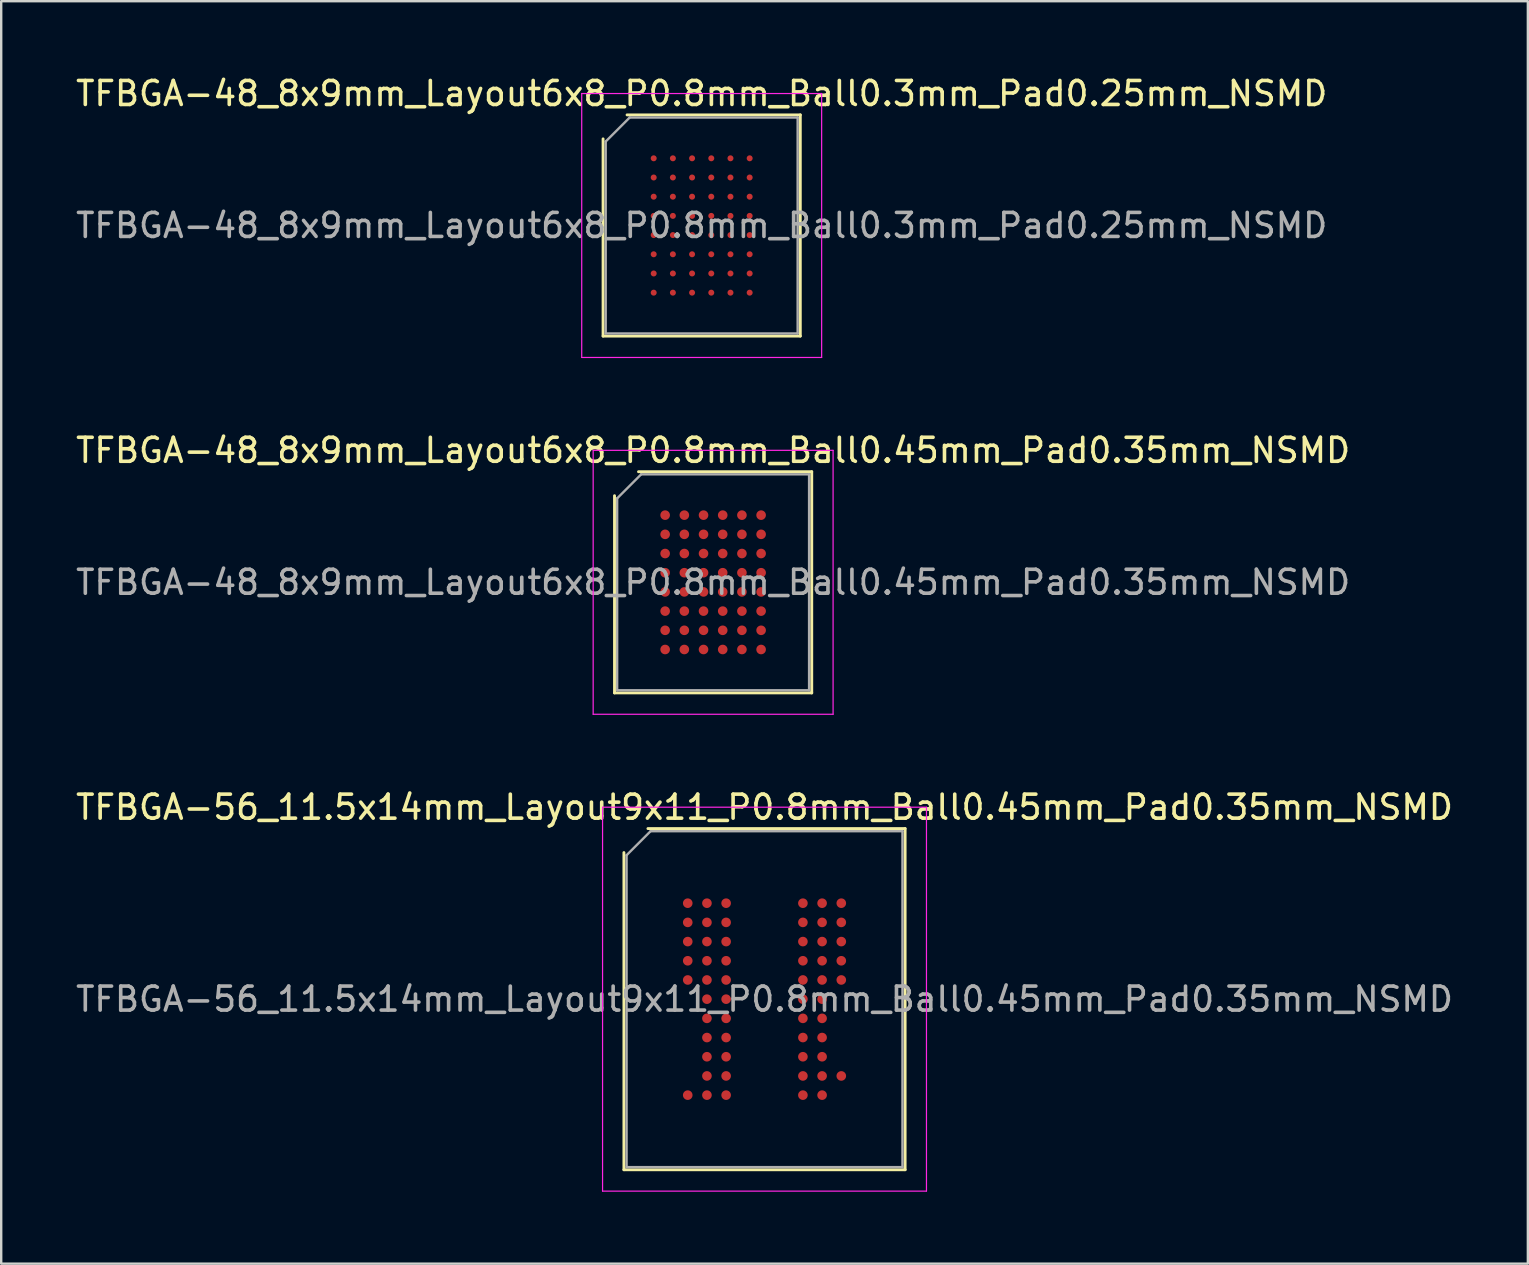
<source format=kicad_pcb>
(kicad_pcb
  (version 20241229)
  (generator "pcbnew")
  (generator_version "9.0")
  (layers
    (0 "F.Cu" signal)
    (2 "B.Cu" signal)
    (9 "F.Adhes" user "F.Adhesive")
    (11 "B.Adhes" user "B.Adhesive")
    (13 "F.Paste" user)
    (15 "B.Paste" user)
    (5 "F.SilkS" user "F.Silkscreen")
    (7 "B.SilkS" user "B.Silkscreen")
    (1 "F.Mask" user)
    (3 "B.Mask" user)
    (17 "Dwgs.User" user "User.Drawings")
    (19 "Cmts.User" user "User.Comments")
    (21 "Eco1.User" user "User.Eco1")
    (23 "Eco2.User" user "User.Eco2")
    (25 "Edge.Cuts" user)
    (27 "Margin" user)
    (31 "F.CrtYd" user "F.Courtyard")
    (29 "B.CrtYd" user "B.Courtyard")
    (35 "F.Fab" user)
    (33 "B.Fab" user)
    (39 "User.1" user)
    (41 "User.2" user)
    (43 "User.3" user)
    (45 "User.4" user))
  (footprint "TFBGA-48_8x9mm_Layout6x8_P0.8mm_Ball0.3mm_Pad0.25mm_NSMD"
    (layer "F.Cu")
    (at 26.196 6.348)
    (property "Reference" "TFBGA-48_8x9mm_Layout6x8_P0.8mm_Ball0.3mm_Pad0.25mm_NSMD" (at 0 -5.5 0) (layer "F.SilkS") (effects (font (size 1 1) (thickness 0.15))))
    (attr smd)
    (fp_line (start -4.11 4.61) (end -4.11 -3.61) (stroke (width 0.12) (type solid)) (layer "F.SilkS"))
    (fp_line (start -3.11 -4.61) (end 4.11 -4.61) (stroke (width 0.12) (type solid)) (layer "F.SilkS"))
    (fp_line (start 4.11 -4.61) (end 4.11 4.61) (stroke (width 0.12) (type solid)) (layer "F.SilkS"))
    (fp_line (start 4.11 4.61) (end -4.11 4.61) (stroke (width 0.12) (type solid)) (layer "F.SilkS"))
    (fp_line (start -5 -5.5) (end -5 5.5) (stroke (width 0.05) (type solid)) (layer "F.CrtYd"))
    (fp_line (start -5 5.5) (end 5 5.5) (stroke (width 0.05) (type solid)) (layer "F.CrtYd"))
    (fp_line (start 5 -5.5) (end -5 -5.5) (stroke (width 0.05) (type solid)) (layer "F.CrtYd"))
    (fp_line (start 5 5.5) (end 5 -5.5) (stroke (width 0.05) (type solid)) (layer "F.CrtYd"))
    (fp_line (start -4 -3.5) (end -3 -4.5) (stroke (width 0.1) (type solid)) (layer "F.Fab"))
    (fp_line (start -4 4.5) (end -4 -3.5) (stroke (width 0.1) (type solid)) (layer "F.Fab"))
    (fp_line (start -3 -4.5) (end 4 -4.5) (stroke (width 0.1) (type solid)) (layer "F.Fab"))
    (fp_line (start 4 -4.5) (end 4 4.5) (stroke (width 0.1) (type solid)) (layer "F.Fab"))
    (fp_line (start 4 4.5) (end -4 4.5) (stroke (width 0.1) (type solid)) (layer "F.Fab"))
    (fp_text user "${REFERENCE}" (at 0 0 0) (layer "F.Fab") (effects (font (size 1 1) (thickness 0.15))))
    (pad "A1" smd circle (at -2 -2.8) (size 0.25 0.25) (layers "F.Cu" "F.Mask" "F.Paste"))
    (pad "A2" smd circle (at -1.2 -2.8) (size 0.25 0.25) (layers "F.Cu" "F.Mask" "F.Paste"))
    (pad "A3" smd circle (at -0.4 -2.8) (size 0.25 0.25) (layers "F.Cu" "F.Mask" "F.Paste"))
    (pad "A4" smd circle (at 0.4 -2.8) (size 0.25 0.25) (layers "F.Cu" "F.Mask" "F.Paste"))
    (pad "A5" smd circle (at 1.2 -2.8) (size 0.25 0.25) (layers "F.Cu" "F.Mask" "F.Paste"))
    (pad "A6" smd circle (at 2 -2.8) (size 0.25 0.25) (layers "F.Cu" "F.Mask" "F.Paste"))
    (pad "B1" smd circle (at -2 -2) (size 0.25 0.25) (layers "F.Cu" "F.Mask" "F.Paste"))
    (pad "B2" smd circle (at -1.2 -2) (size 0.25 0.25) (layers "F.Cu" "F.Mask" "F.Paste"))
    (pad "B3" smd circle (at -0.4 -2) (size 0.25 0.25) (layers "F.Cu" "F.Mask" "F.Paste"))
    (pad "B4" smd circle (at 0.4 -2) (size 0.25 0.25) (layers "F.Cu" "F.Mask" "F.Paste"))
    (pad "B5" smd circle (at 1.2 -2) (size 0.25 0.25) (layers "F.Cu" "F.Mask" "F.Paste"))
    (pad "B6" smd circle (at 2 -2) (size 0.25 0.25) (layers "F.Cu" "F.Mask" "F.Paste"))
    (pad "C1" smd circle (at -2 -1.2) (size 0.25 0.25) (layers "F.Cu" "F.Mask" "F.Paste"))
    (pad "C2" smd circle (at -1.2 -1.2) (size 0.25 0.25) (layers "F.Cu" "F.Mask" "F.Paste"))
    (pad "C3" smd circle (at -0.4 -1.2) (size 0.25 0.25) (layers "F.Cu" "F.Mask" "F.Paste"))
    (pad "C4" smd circle (at 0.4 -1.2) (size 0.25 0.25) (layers "F.Cu" "F.Mask" "F.Paste"))
    (pad "C5" smd circle (at 1.2 -1.2) (size 0.25 0.25) (layers "F.Cu" "F.Mask" "F.Paste"))
    (pad "C6" smd circle (at 2 -1.2) (size 0.25 0.25) (layers "F.Cu" "F.Mask" "F.Paste"))
    (pad "D1" smd circle (at -2 -0.4) (size 0.25 0.25) (layers "F.Cu" "F.Mask" "F.Paste"))
    (pad "D2" smd circle (at -1.2 -0.4) (size 0.25 0.25) (layers "F.Cu" "F.Mask" "F.Paste"))
    (pad "D3" smd circle (at -0.4 -0.4) (size 0.25 0.25) (layers "F.Cu" "F.Mask" "F.Paste"))
    (pad "D4" smd circle (at 0.4 -0.4) (size 0.25 0.25) (layers "F.Cu" "F.Mask" "F.Paste"))
    (pad "D5" smd circle (at 1.2 -0.4) (size 0.25 0.25) (layers "F.Cu" "F.Mask" "F.Paste"))
    (pad "D6" smd circle (at 2 -0.4) (size 0.25 0.25) (layers "F.Cu" "F.Mask" "F.Paste"))
    (pad "E1" smd circle (at -2 0.4) (size 0.25 0.25) (layers "F.Cu" "F.Mask" "F.Paste"))
    (pad "E2" smd circle (at -1.2 0.4) (size 0.25 0.25) (layers "F.Cu" "F.Mask" "F.Paste"))
    (pad "E3" smd circle (at -0.4 0.4) (size 0.25 0.25) (layers "F.Cu" "F.Mask" "F.Paste"))
    (pad "E4" smd circle (at 0.4 0.4) (size 0.25 0.25) (layers "F.Cu" "F.Mask" "F.Paste"))
    (pad "E5" smd circle (at 1.2 0.4) (size 0.25 0.25) (layers "F.Cu" "F.Mask" "F.Paste"))
    (pad "E6" smd circle (at 2 0.4) (size 0.25 0.25) (layers "F.Cu" "F.Mask" "F.Paste"))
    (pad "F1" smd circle (at -2 1.2) (size 0.25 0.25) (layers "F.Cu" "F.Mask" "F.Paste"))
    (pad "F2" smd circle (at -1.2 1.2) (size 0.25 0.25) (layers "F.Cu" "F.Mask" "F.Paste"))
    (pad "F3" smd circle (at -0.4 1.2) (size 0.25 0.25) (layers "F.Cu" "F.Mask" "F.Paste"))
    (pad "F4" smd circle (at 0.4 1.2) (size 0.25 0.25) (layers "F.Cu" "F.Mask" "F.Paste"))
    (pad "F5" smd circle (at 1.2 1.2) (size 0.25 0.25) (layers "F.Cu" "F.Mask" "F.Paste"))
    (pad "F6" smd circle (at 2 1.2) (size 0.25 0.25) (layers "F.Cu" "F.Mask" "F.Paste"))
    (pad "G1" smd circle (at -2 2) (size 0.25 0.25) (layers "F.Cu" "F.Mask" "F.Paste"))
    (pad "G2" smd circle (at -1.2 2) (size 0.25 0.25) (layers "F.Cu" "F.Mask" "F.Paste"))
    (pad "G3" smd circle (at -0.4 2) (size 0.25 0.25) (layers "F.Cu" "F.Mask" "F.Paste"))
    (pad "G4" smd circle (at 0.4 2) (size 0.25 0.25) (layers "F.Cu" "F.Mask" "F.Paste"))
    (pad "G5" smd circle (at 1.2 2) (size 0.25 0.25) (layers "F.Cu" "F.Mask" "F.Paste"))
    (pad "G6" smd circle (at 2 2) (size 0.25 0.25) (layers "F.Cu" "F.Mask" "F.Paste"))
    (pad "H1" smd circle (at -2 2.8) (size 0.25 0.25) (layers "F.Cu" "F.Mask" "F.Paste"))
    (pad "H2" smd circle (at -1.2 2.8) (size 0.25 0.25) (layers "F.Cu" "F.Mask" "F.Paste"))
    (pad "H3" smd circle (at -0.4 2.8) (size 0.25 0.25) (layers "F.Cu" "F.Mask" "F.Paste"))
    (pad "H4" smd circle (at 0.4 2.8) (size 0.25 0.25) (layers "F.Cu" "F.Mask" "F.Paste"))
    (pad "H5" smd circle (at 1.2 2.8) (size 0.25 0.25) (layers "F.Cu" "F.Mask" "F.Paste"))
    (pad "H6" smd circle (at 2 2.8) (size 0.25 0.25) (layers "F.Cu" "F.Mask" "F.Paste")))
  (footprint "TFBGA-48_8x9mm_Layout6x8_P0.8mm_Ball0.45mm_Pad0.35mm_NSMD"
    (layer "F.Cu")
    (at 26.673 21.221)
    (property "Reference" "TFBGA-48_8x9mm_Layout6x8_P0.8mm_Ball0.45mm_Pad0.35mm_NSMD" (at 0 -5.5 0) (layer "F.SilkS") (effects (font (size 1 1) (thickness 0.15))))
    (attr smd)
    (fp_line (start -4.11 4.61) (end -4.11 -3.61) (stroke (width 0.12) (type solid)) (layer "F.SilkS"))
    (fp_line (start -3.11 -4.61) (end 4.11 -4.61) (stroke (width 0.12) (type solid)) (layer "F.SilkS"))
    (fp_line (start 4.11 -4.61) (end 4.11 4.61) (stroke (width 0.12) (type solid)) (layer "F.SilkS"))
    (fp_line (start 4.11 4.61) (end -4.11 4.61) (stroke (width 0.12) (type solid)) (layer "F.SilkS"))
    (fp_line (start -5 -5.5) (end -5 5.5) (stroke (width 0.05) (type solid)) (layer "F.CrtYd"))
    (fp_line (start -5 5.5) (end 5 5.5) (stroke (width 0.05) (type solid)) (layer "F.CrtYd"))
    (fp_line (start 5 -5.5) (end -5 -5.5) (stroke (width 0.05) (type solid)) (layer "F.CrtYd"))
    (fp_line (start 5 5.5) (end 5 -5.5) (stroke (width 0.05) (type solid)) (layer "F.CrtYd"))
    (fp_line (start -4 -3.5) (end -3 -4.5) (stroke (width 0.1) (type solid)) (layer "F.Fab"))
    (fp_line (start -4 4.5) (end -4 -3.5) (stroke (width 0.1) (type solid)) (layer "F.Fab"))
    (fp_line (start -3 -4.5) (end 4 -4.5) (stroke (width 0.1) (type solid)) (layer "F.Fab"))
    (fp_line (start 4 -4.5) (end 4 4.5) (stroke (width 0.1) (type solid)) (layer "F.Fab"))
    (fp_line (start 4 4.5) (end -4 4.5) (stroke (width 0.1) (type solid)) (layer "F.Fab"))
    (fp_text user "${REFERENCE}" (at 0 0 0) (layer "F.Fab") (effects (font (size 1 1) (thickness 0.15))))
    (pad "A1" smd circle (at -2 -2.8) (size 0.4 0.4) (layers "F.Cu" "F.Mask" "F.Paste"))
    (pad "A2" smd circle (at -1.2 -2.8) (size 0.4 0.4) (layers "F.Cu" "F.Mask" "F.Paste"))
    (pad "A3" smd circle (at -0.4 -2.8) (size 0.4 0.4) (layers "F.Cu" "F.Mask" "F.Paste"))
    (pad "A4" smd circle (at 0.4 -2.8) (size 0.4 0.4) (layers "F.Cu" "F.Mask" "F.Paste"))
    (pad "A5" smd circle (at 1.2 -2.8) (size 0.4 0.4) (layers "F.Cu" "F.Mask" "F.Paste"))
    (pad "A6" smd circle (at 2 -2.8) (size 0.4 0.4) (layers "F.Cu" "F.Mask" "F.Paste"))
    (pad "B1" smd circle (at -2 -2) (size 0.4 0.4) (layers "F.Cu" "F.Mask" "F.Paste"))
    (pad "B2" smd circle (at -1.2 -2) (size 0.4 0.4) (layers "F.Cu" "F.Mask" "F.Paste"))
    (pad "B3" smd circle (at -0.4 -2) (size 0.4 0.4) (layers "F.Cu" "F.Mask" "F.Paste"))
    (pad "B4" smd circle (at 0.4 -2) (size 0.4 0.4) (layers "F.Cu" "F.Mask" "F.Paste"))
    (pad "B5" smd circle (at 1.2 -2) (size 0.4 0.4) (layers "F.Cu" "F.Mask" "F.Paste"))
    (pad "B6" smd circle (at 2 -2) (size 0.4 0.4) (layers "F.Cu" "F.Mask" "F.Paste"))
    (pad "C1" smd circle (at -2 -1.2) (size 0.4 0.4) (layers "F.Cu" "F.Mask" "F.Paste"))
    (pad "C2" smd circle (at -1.2 -1.2) (size 0.4 0.4) (layers "F.Cu" "F.Mask" "F.Paste"))
    (pad "C3" smd circle (at -0.4 -1.2) (size 0.4 0.4) (layers "F.Cu" "F.Mask" "F.Paste"))
    (pad "C4" smd circle (at 0.4 -1.2) (size 0.4 0.4) (layers "F.Cu" "F.Mask" "F.Paste"))
    (pad "C5" smd circle (at 1.2 -1.2) (size 0.4 0.4) (layers "F.Cu" "F.Mask" "F.Paste"))
    (pad "C6" smd circle (at 2 -1.2) (size 0.4 0.4) (layers "F.Cu" "F.Mask" "F.Paste"))
    (pad "D1" smd circle (at -2 -0.4) (size 0.4 0.4) (layers "F.Cu" "F.Mask" "F.Paste"))
    (pad "D2" smd circle (at -1.2 -0.4) (size 0.4 0.4) (layers "F.Cu" "F.Mask" "F.Paste"))
    (pad "D3" smd circle (at -0.4 -0.4) (size 0.4 0.4) (layers "F.Cu" "F.Mask" "F.Paste"))
    (pad "D4" smd circle (at 0.4 -0.4) (size 0.4 0.4) (layers "F.Cu" "F.Mask" "F.Paste"))
    (pad "D5" smd circle (at 1.2 -0.4) (size 0.4 0.4) (layers "F.Cu" "F.Mask" "F.Paste"))
    (pad "D6" smd circle (at 2 -0.4) (size 0.4 0.4) (layers "F.Cu" "F.Mask" "F.Paste"))
    (pad "E1" smd circle (at -2 0.4) (size 0.4 0.4) (layers "F.Cu" "F.Mask" "F.Paste"))
    (pad "E2" smd circle (at -1.2 0.4) (size 0.4 0.4) (layers "F.Cu" "F.Mask" "F.Paste"))
    (pad "E3" smd circle (at -0.4 0.4) (size 0.4 0.4) (layers "F.Cu" "F.Mask" "F.Paste"))
    (pad "E4" smd circle (at 0.4 0.4) (size 0.4 0.4) (layers "F.Cu" "F.Mask" "F.Paste"))
    (pad "E5" smd circle (at 1.2 0.4) (size 0.4 0.4) (layers "F.Cu" "F.Mask" "F.Paste"))
    (pad "E6" smd circle (at 2 0.4) (size 0.4 0.4) (layers "F.Cu" "F.Mask" "F.Paste"))
    (pad "F1" smd circle (at -2 1.2) (size 0.4 0.4) (layers "F.Cu" "F.Mask" "F.Paste"))
    (pad "F2" smd circle (at -1.2 1.2) (size 0.4 0.4) (layers "F.Cu" "F.Mask" "F.Paste"))
    (pad "F3" smd circle (at -0.4 1.2) (size 0.4 0.4) (layers "F.Cu" "F.Mask" "F.Paste"))
    (pad "F4" smd circle (at 0.4 1.2) (size 0.4 0.4) (layers "F.Cu" "F.Mask" "F.Paste"))
    (pad "F5" smd circle (at 1.2 1.2) (size 0.4 0.4) (layers "F.Cu" "F.Mask" "F.Paste"))
    (pad "F6" smd circle (at 2 1.2) (size 0.4 0.4) (layers "F.Cu" "F.Mask" "F.Paste"))
    (pad "G1" smd circle (at -2 2) (size 0.4 0.4) (layers "F.Cu" "F.Mask" "F.Paste"))
    (pad "G2" smd circle (at -1.2 2) (size 0.4 0.4) (layers "F.Cu" "F.Mask" "F.Paste"))
    (pad "G3" smd circle (at -0.4 2) (size 0.4 0.4) (layers "F.Cu" "F.Mask" "F.Paste"))
    (pad "G4" smd circle (at 0.4 2) (size 0.4 0.4) (layers "F.Cu" "F.Mask" "F.Paste"))
    (pad "G5" smd circle (at 1.2 2) (size 0.4 0.4) (layers "F.Cu" "F.Mask" "F.Paste"))
    (pad "G6" smd circle (at 2 2) (size 0.4 0.4) (layers "F.Cu" "F.Mask" "F.Paste"))
    (pad "H1" smd circle (at -2 2.8) (size 0.4 0.4) (layers "F.Cu" "F.Mask" "F.Paste"))
    (pad "H2" smd circle (at -1.2 2.8) (size 0.4 0.4) (layers "F.Cu" "F.Mask" "F.Paste"))
    (pad "H3" smd circle (at -0.4 2.8) (size 0.4 0.4) (layers "F.Cu" "F.Mask" "F.Paste"))
    (pad "H4" smd circle (at 0.4 2.8) (size 0.4 0.4) (layers "F.Cu" "F.Mask" "F.Paste"))
    (pad "H5" smd circle (at 1.2 2.8) (size 0.4 0.4) (layers "F.Cu" "F.Mask" "F.Paste"))
    (pad "H6" smd circle (at 2 2.8) (size 0.4 0.4) (layers "F.Cu" "F.Mask" "F.Paste")))
  (footprint "TFBGA-56_11.5x14mm_Layout9x11_P0.8mm_Ball0.45mm_Pad0.35mm_NSMD"
    (layer "F.Cu")
    (at 28.815 38.595)
    (property "Reference" "TFBGA-56_11.5x14mm_Layout9x11_P0.8mm_Ball0.45mm_Pad0.35mm_NSMD" (at 0 -8 0) (layer "F.SilkS") (effects (font (size 1 1) (thickness 0.15))))
    (attr smd)
    (fp_line (start -5.86 7.11) (end -5.86 -6.11) (stroke (width 0.12) (type solid)) (layer "F.SilkS"))
    (fp_line (start -4.86 -7.11) (end 5.86 -7.11) (stroke (width 0.12) (type solid)) (layer "F.SilkS"))
    (fp_line (start 5.86 -7.11) (end 5.86 7.11) (stroke (width 0.12) (type solid)) (layer "F.SilkS"))
    (fp_line (start 5.86 7.11) (end -5.86 7.11) (stroke (width 0.12) (type solid)) (layer "F.SilkS"))
    (fp_line (start -6.75 -8) (end -6.75 8) (stroke (width 0.05) (type solid)) (layer "F.CrtYd"))
    (fp_line (start -6.75 8) (end 6.75 8) (stroke (width 0.05) (type solid)) (layer "F.CrtYd"))
    (fp_line (start 6.75 -8) (end -6.75 -8) (stroke (width 0.05) (type solid)) (layer "F.CrtYd"))
    (fp_line (start 6.75 8) (end 6.75 -8) (stroke (width 0.05) (type solid)) (layer "F.CrtYd"))
    (fp_line (start -5.75 -6) (end -4.75 -7) (stroke (width 0.1) (type solid)) (layer "F.Fab"))
    (fp_line (start -5.75 7) (end -5.75 -6) (stroke (width 0.1) (type solid)) (layer "F.Fab"))
    (fp_line (start -4.75 -7) (end 5.75 -7) (stroke (width 0.1) (type solid)) (layer "F.Fab"))
    (fp_line (start 5.75 -7) (end 5.75 7) (stroke (width 0.1) (type solid)) (layer "F.Fab"))
    (fp_line (start 5.75 7) (end -5.75 7) (stroke (width 0.1) (type solid)) (layer "F.Fab"))
    (fp_text user "${REFERENCE}" (at 0 0 0) (layer "F.Fab") (effects (font (size 1 1) (thickness 0.15))))
    (pad "A1" smd circle (at -3.2 -4) (size 0.4 0.4) (layers "F.Cu" "F.Mask" "F.Paste"))
    (pad "A2" smd circle (at -2.4 -4) (size 0.4 0.4) (layers "F.Cu" "F.Mask" "F.Paste"))
    (pad "A3" smd circle (at -1.6 -4) (size 0.4 0.4) (layers "F.Cu" "F.Mask" "F.Paste"))
    (pad "A7" smd circle (at 1.6 -4) (size 0.4 0.4) (layers "F.Cu" "F.Mask" "F.Paste"))
    (pad "A8" smd circle (at 2.4 -4) (size 0.4 0.4) (layers "F.Cu" "F.Mask" "F.Paste"))
    (pad "A9" smd circle (at 3.2 -4) (size 0.4 0.4) (layers "F.Cu" "F.Mask" "F.Paste"))
    (pad "B1" smd circle (at -3.2 -3.2) (size 0.4 0.4) (layers "F.Cu" "F.Mask" "F.Paste"))
    (pad "B2" smd circle (at -2.4 -3.2) (size 0.4 0.4) (layers "F.Cu" "F.Mask" "F.Paste"))
    (pad "B3" smd circle (at -1.6 -3.2) (size 0.4 0.4) (layers "F.Cu" "F.Mask" "F.Paste"))
    (pad "B7" smd circle (at 1.6 -3.2) (size 0.4 0.4) (layers "F.Cu" "F.Mask" "F.Paste"))
    (pad "B8" smd circle (at 2.4 -3.2) (size 0.4 0.4) (layers "F.Cu" "F.Mask" "F.Paste"))
    (pad "B9" smd circle (at 3.2 -3.2) (size 0.4 0.4) (layers "F.Cu" "F.Mask" "F.Paste"))
    (pad "C1" smd circle (at -3.2 -2.4) (size 0.4 0.4) (layers "F.Cu" "F.Mask" "F.Paste"))
    (pad "C2" smd circle (at -2.4 -2.4) (size 0.4 0.4) (layers "F.Cu" "F.Mask" "F.Paste"))
    (pad "C3" smd circle (at -1.6 -2.4) (size 0.4 0.4) (layers "F.Cu" "F.Mask" "F.Paste"))
    (pad "C7" smd circle (at 1.6 -2.4) (size 0.4 0.4) (layers "F.Cu" "F.Mask" "F.Paste"))
    (pad "C8" smd circle (at 2.4 -2.4) (size 0.4 0.4) (layers "F.Cu" "F.Mask" "F.Paste"))
    (pad "C9" smd circle (at 3.2 -2.4) (size 0.4 0.4) (layers "F.Cu" "F.Mask" "F.Paste"))
    (pad "D1" smd circle (at -3.2 -1.6) (size 0.4 0.4) (layers "F.Cu" "F.Mask" "F.Paste"))
    (pad "D2" smd circle (at -2.4 -1.6) (size 0.4 0.4) (layers "F.Cu" "F.Mask" "F.Paste"))
    (pad "D3" smd circle (at -1.6 -1.6) (size 0.4 0.4) (layers "F.Cu" "F.Mask" "F.Paste"))
    (pad "D7" smd circle (at 1.6 -1.6) (size 0.4 0.4) (layers "F.Cu" "F.Mask" "F.Paste"))
    (pad "D8" smd circle (at 2.4 -1.6) (size 0.4 0.4) (layers "F.Cu" "F.Mask" "F.Paste"))
    (pad "D9" smd circle (at 3.2 -1.6) (size 0.4 0.4) (layers "F.Cu" "F.Mask" "F.Paste"))
    (pad "E1" smd circle (at -3.2 -0.8) (size 0.4 0.4) (layers "F.Cu" "F.Mask" "F.Paste"))
    (pad "E2" smd circle (at -2.4 -0.8) (size 0.4 0.4) (layers "F.Cu" "F.Mask" "F.Paste"))
    (pad "E3" smd circle (at -1.6 -0.8) (size 0.4 0.4) (layers "F.Cu" "F.Mask" "F.Paste"))
    (pad "E7" smd circle (at 1.6 -0.8) (size 0.4 0.4) (layers "F.Cu" "F.Mask" "F.Paste"))
    (pad "E8" smd circle (at 2.4 -0.8) (size 0.4 0.4) (layers "F.Cu" "F.Mask" "F.Paste"))
    (pad "E9" smd circle (at 3.2 -0.8) (size 0.4 0.4) (layers "F.Cu" "F.Mask" "F.Paste"))
    (pad "F2" smd circle (at -2.4 0) (size 0.4 0.4) (layers "F.Cu" "F.Mask" "F.Paste"))
    (pad "F3" smd circle (at -1.6 0) (size 0.4 0.4) (layers "F.Cu" "F.Mask" "F.Paste"))
    (pad "F7" smd circle (at 1.6 0) (size 0.4 0.4) (layers "F.Cu" "F.Mask" "F.Paste"))
    (pad "F8" smd circle (at 2.4 0) (size 0.4 0.4) (layers "F.Cu" "F.Mask" "F.Paste"))
    (pad "G2" smd circle (at -2.4 0.8) (size 0.4 0.4) (layers "F.Cu" "F.Mask" "F.Paste"))
    (pad "G3" smd circle (at -1.6 0.8) (size 0.4 0.4) (layers "F.Cu" "F.Mask" "F.Paste"))
    (pad "G7" smd circle (at 1.6 0.8) (size 0.4 0.4) (layers "F.Cu" "F.Mask" "F.Paste"))
    (pad "G8" smd circle (at 2.4 0.8) (size 0.4 0.4) (layers "F.Cu" "F.Mask" "F.Paste"))
    (pad "H2" smd circle (at -2.4 1.6) (size 0.4 0.4) (layers "F.Cu" "F.Mask" "F.Paste"))
    (pad "H3" smd circle (at -1.6 1.6) (size 0.4 0.4) (layers "F.Cu" "F.Mask" "F.Paste"))
    (pad "H7" smd circle (at 1.6 1.6) (size 0.4 0.4) (layers "F.Cu" "F.Mask" "F.Paste"))
    (pad "H8" smd circle (at 2.4 1.6) (size 0.4 0.4) (layers "F.Cu" "F.Mask" "F.Paste"))
    (pad "J2" smd circle (at -2.4 2.4) (size 0.4 0.4) (layers "F.Cu" "F.Mask" "F.Paste"))
    (pad "J3" smd circle (at -1.6 2.4) (size 0.4 0.4) (layers "F.Cu" "F.Mask" "F.Paste"))
    (pad "J7" smd circle (at 1.6 2.4) (size 0.4 0.4) (layers "F.Cu" "F.Mask" "F.Paste"))
    (pad "J8" smd circle (at 2.4 2.4) (size 0.4 0.4) (layers "F.Cu" "F.Mask" "F.Paste"))
    (pad "K2" smd circle (at -2.4 3.2) (size 0.4 0.4) (layers "F.Cu" "F.Mask" "F.Paste"))
    (pad "K3" smd circle (at -1.6 3.2) (size 0.4 0.4) (layers "F.Cu" "F.Mask" "F.Paste"))
    (pad "K7" smd circle (at 1.6 3.2) (size 0.4 0.4) (layers "F.Cu" "F.Mask" "F.Paste"))
    (pad "K8" smd circle (at 2.4 3.2) (size 0.4 0.4) (layers "F.Cu" "F.Mask" "F.Paste"))
    (pad "K9" smd circle (at 3.2 3.2) (size 0.4 0.4) (layers "F.Cu" "F.Mask" "F.Paste"))
    (pad "L1" smd circle (at -3.2 4) (size 0.4 0.4) (layers "F.Cu" "F.Mask" "F.Paste"))
    (pad "L2" smd circle (at -2.4 4) (size 0.4 0.4) (layers "F.Cu" "F.Mask" "F.Paste"))
    (pad "L3" smd circle (at -1.6 4) (size 0.4 0.4) (layers "F.Cu" "F.Mask" "F.Paste"))
    (pad "L7" smd circle (at 1.6 4) (size 0.4 0.4) (layers "F.Cu" "F.Mask" "F.Paste"))
    (pad "L8" smd circle (at 2.4 4) (size 0.4 0.4) (layers "F.Cu" "F.Mask" "F.Paste")))
  (gr_rect
    (start -3 -3)
    (end 60.631 49.62)
    (stroke (width 0.1) (type default))
    (fill no)
    (layer "Edge.Cuts")))
</source>
